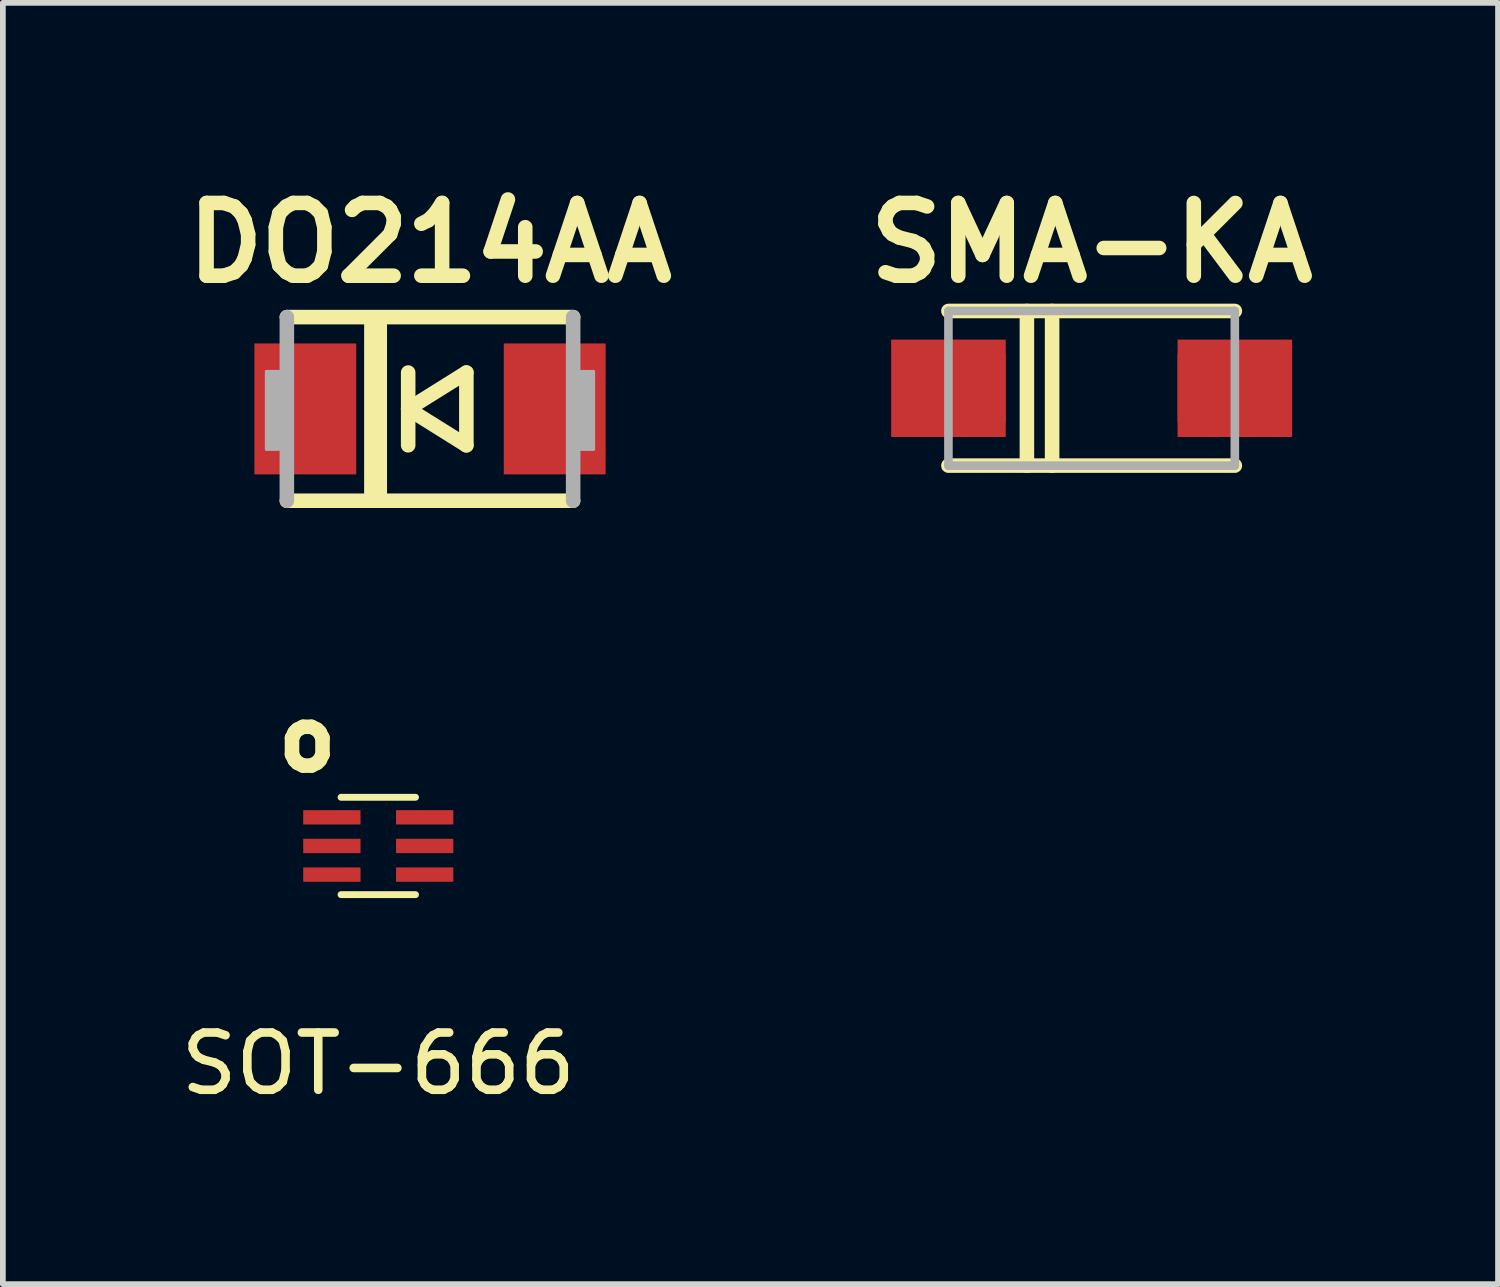
<source format=kicad_pcb>
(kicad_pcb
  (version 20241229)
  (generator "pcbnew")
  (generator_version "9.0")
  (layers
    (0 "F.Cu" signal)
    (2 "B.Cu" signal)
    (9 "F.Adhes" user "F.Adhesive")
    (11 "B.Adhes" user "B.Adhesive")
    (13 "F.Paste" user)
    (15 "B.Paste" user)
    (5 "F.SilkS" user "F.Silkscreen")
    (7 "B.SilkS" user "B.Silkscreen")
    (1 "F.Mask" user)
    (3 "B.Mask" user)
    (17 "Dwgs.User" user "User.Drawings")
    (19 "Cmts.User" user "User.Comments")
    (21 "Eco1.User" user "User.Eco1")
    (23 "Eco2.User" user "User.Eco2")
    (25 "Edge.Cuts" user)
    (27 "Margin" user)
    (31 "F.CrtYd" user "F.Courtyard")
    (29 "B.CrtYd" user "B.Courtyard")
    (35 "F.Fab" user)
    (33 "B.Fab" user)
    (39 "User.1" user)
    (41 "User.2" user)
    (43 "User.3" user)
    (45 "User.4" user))
  (footprint "SOT-666"
    (layer "F.Cu")
    (at 3.554 11.719)
    (property "Reference" "SOT-666" (at 0 3.802 0) (layer "F.SilkS") (effects (font (size 1 1) (thickness 0.15))))
    (attr smd)
    (fp_line (start -0.65 -0.85) (end 0.65 -0.85) (stroke (width 0.12) (type solid)) (layer "F.SilkS"))
    (fp_line (start -0.65 0.85) (end 0.65 0.85) (stroke (width 0.12) (type solid)) (layer "F.SilkS"))
    (fp_text user "o" (at -1.24 -1.86 0) (layer "F.SilkS") (effects (font (size 1.016 1.016) (thickness 0.254))))
    (pad "1" smd rect (at -0.81 -0.5) (size 1 0.25) (layers "F.Cu" "F.Mask" "F.Paste"))
    (pad "2" smd rect (at -0.81 0) (size 1 0.25) (layers "F.Cu" "F.Mask" "F.Paste"))
    (pad "3" smd rect (at -0.81 0.5) (size 1 0.25) (layers "F.Cu" "F.Mask" "F.Paste"))
    (pad "4" smd rect (at 0.81 0.5) (size 1 0.25) (layers "F.Cu" "F.Mask" "F.Paste"))
    (pad "5" smd rect (at 0.81 0) (size 1 0.25) (layers "F.Cu" "F.Mask" "F.Paste"))
    (pad "6" smd rect (at 0.81 -0.5) (size 1 0.25) (layers "F.Cu" "F.Mask" "F.Paste")))
  (footprint "SMA-KA"
    (layer "F.Cu")
    (at 16.008 3.729)
    (property "Reference" "SMA-KA" (at 0 -2.54 180) (layer "F.SilkS") (effects (font (size 1.27 1.27) (thickness 0.254))))
    (attr smd)
    (fp_line (start -2.5 1.35) (end 2.5 1.35) (stroke (width 0.254) (type solid)) (layer "F.SilkS"))
    (fp_line (start -1.13 -1.35) (end -1.13 1.35) (stroke (width 0.254) (type solid)) (layer "F.SilkS"))
    (fp_line (start -0.69 -1.35) (end -0.69 1.35) (stroke (width 0.254) (type solid)) (layer "F.SilkS"))
    (fp_line (start 2.5 -1.35) (end -2.5 -1.35) (stroke (width 0.254) (type solid)) (layer "F.SilkS"))
    (fp_line (start -2.5 -1.35) (end 2.5 -1.35) (stroke (width 0.15) (type solid)) (layer "F.Fab"))
    (fp_line (start -2.5 1.35) (end -2.5 -1.35) (stroke (width 0.15) (type solid)) (layer "F.Fab"))
    (fp_line (start 2.5 -1.35) (end 2.5 1.35) (stroke (width 0.15) (type solid)) (layer "F.Fab"))
    (fp_line (start 2.5 1.35) (end -2.5 1.35) (stroke (width 0.15) (type solid)) (layer "F.Fab"))
    (pad "1" smd rect (at -2.5 0) (size 2 1.7) (layers "F.Cu" "F.Mask" "F.Paste"))
    (pad "1" smd rect (at -2.373 0) (size 1.746 1.192) (layers "F.Cu"))
    (pad "2" smd rect (at 2.373 0) (size 1.746 1.192) (layers "F.Cu"))
    (pad "2" smd rect (at 2.5 0) (size 2 1.7) (layers "F.Cu" "F.Mask" "F.Paste")))
  (footprint "DO214AA"
    (layer "F.Cu")
    (at 4.457 4.089)
    (property "Reference" "DO214AA" (at 0 -2.9 0) (layer "F.SilkS") (effects (font (size 1.27 1.27) (thickness 0.254))))
    (attr smd)
    (fp_line (start -2.499 -1.603) (end 2.499 -1.603) (stroke (width 0.254) (type solid)) (layer "F.SilkS"))
    (fp_line (start -0.95 -1.475) (end -0.95 1.525) (stroke (width 0.4) (type solid)) (layer "F.SilkS"))
    (fp_line (start -0.381 0.635) (end -0.381 -0.635) (stroke (width 0.254) (type solid)) (layer "F.SilkS"))
    (fp_line (start 0.635 -0.635) (end -0.381 0) (stroke (width 0.254) (type solid)) (layer "F.SilkS"))
    (fp_line (start 0.635 0.635) (end -0.381 0) (stroke (width 0.254) (type solid)) (layer "F.SilkS"))
    (fp_line (start 0.635 0.635) (end 0.635 -0.635) (stroke (width 0.254) (type solid)) (layer "F.SilkS"))
    (fp_line (start 2.499 1.603) (end -2.499 1.603) (stroke (width 0.254) (type solid)) (layer "F.SilkS"))
    (fp_line (start -2.85 -0.648) (end -2.598 -0.648) (stroke (width 0.066) (type solid)) (layer "F.Fab"))
    (fp_line (start -2.85 0.699) (end -2.85 -0.648) (stroke (width 0.066) (type solid)) (layer "F.Fab"))
    (fp_line (start -2.85 0.699) (end -2.598 0.699) (stroke (width 0.066) (type solid)) (layer "F.Fab"))
    (fp_line (start -2.725 -0.55) (end -2.725 0.6) (stroke (width 0.254) (type solid)) (layer "F.Fab"))
    (fp_line (start -2.598 0.699) (end -2.598 -0.648) (stroke (width 0.066) (type solid)) (layer "F.Fab"))
    (fp_line (start -2.499 1.603) (end -2.499 -1.603) (stroke (width 0.254) (type solid)) (layer "F.Fab"))
    (fp_line (start 2.499 -1.603) (end 2.499 1.603) (stroke (width 0.254) (type solid)) (layer "F.Fab"))
    (fp_line (start 2.598 -0.648) (end 2.85 -0.648) (stroke (width 0.066) (type solid)) (layer "F.Fab"))
    (fp_line (start 2.598 0.699) (end 2.598 -0.648) (stroke (width 0.066) (type solid)) (layer "F.Fab"))
    (fp_line (start 2.598 0.699) (end 2.85 0.699) (stroke (width 0.066) (type solid)) (layer "F.Fab"))
    (fp_line (start 2.725 -0.55) (end 2.725 0.6) (stroke (width 0.254) (type solid)) (layer "F.Fab"))
    (fp_line (start 2.85 0.699) (end 2.85 -0.648) (stroke (width 0.066) (type solid)) (layer "F.Fab"))
    (pad "A" smd rect (at 2.177 0) (size 1.778 2.286) (layers "F.Cu" "F.Mask" "F.Paste"))
    (pad "C" smd rect (at -2.177 0) (size 1.778 2.286) (layers "F.Cu" "F.Mask" "F.Paste")))
  (gr_rect
    (start -3 -3)
    (end 23.103 19.369)
    (stroke (width 0.1) (type default))
    (fill no)
    (layer "Edge.Cuts")))
</source>
